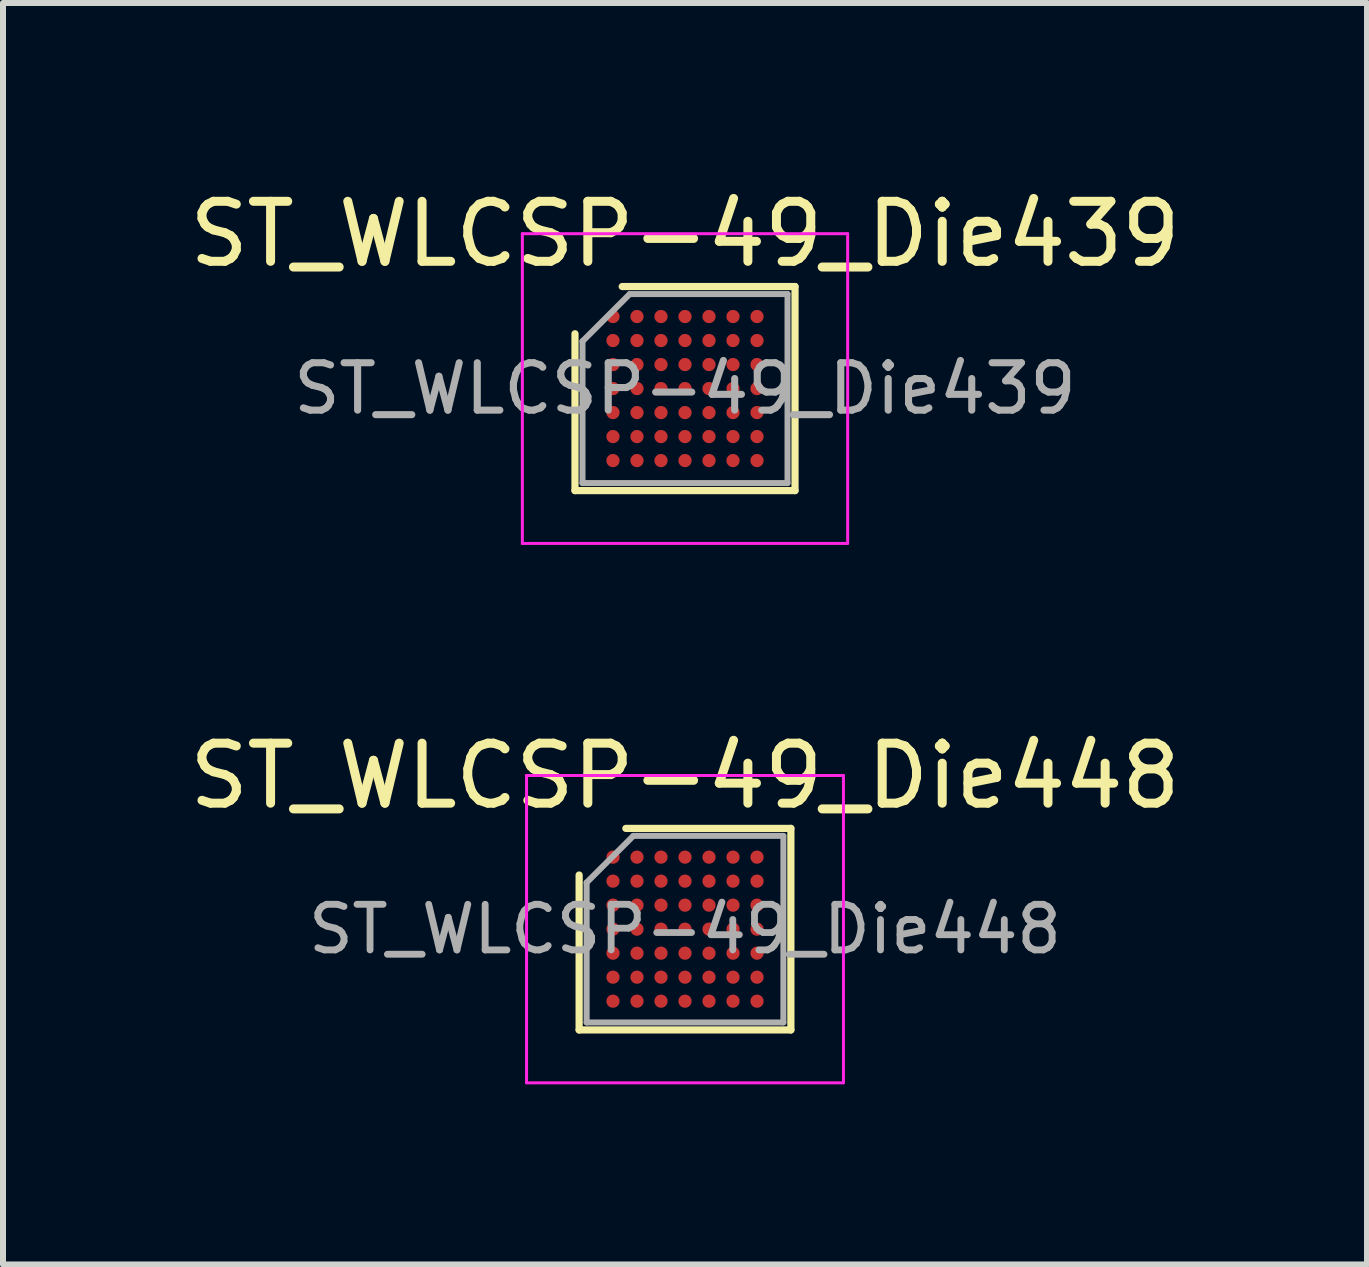
<source format=kicad_pcb>
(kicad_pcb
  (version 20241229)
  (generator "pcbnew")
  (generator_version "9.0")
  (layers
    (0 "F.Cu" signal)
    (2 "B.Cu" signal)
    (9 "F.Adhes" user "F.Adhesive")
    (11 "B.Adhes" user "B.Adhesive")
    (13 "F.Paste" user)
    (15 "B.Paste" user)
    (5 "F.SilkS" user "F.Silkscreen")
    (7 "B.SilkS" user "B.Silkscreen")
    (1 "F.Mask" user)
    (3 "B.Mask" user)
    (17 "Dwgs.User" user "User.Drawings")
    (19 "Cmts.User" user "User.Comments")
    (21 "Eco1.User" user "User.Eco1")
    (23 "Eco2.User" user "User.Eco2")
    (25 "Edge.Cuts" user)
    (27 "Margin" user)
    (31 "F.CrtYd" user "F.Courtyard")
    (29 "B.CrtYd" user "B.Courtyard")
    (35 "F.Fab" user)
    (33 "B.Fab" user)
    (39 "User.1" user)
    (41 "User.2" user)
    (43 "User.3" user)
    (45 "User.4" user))
  (footprint "ST_WLCSP-49_Die448"
    (layer "F.Cu")
    (at 8.363 12.431)
    (property "Reference" "ST_WLCSP-49_Die448" (at 0 -2.554 0) (layer "F.SilkS") (effects (font (size 1 1) (thickness 0.15))))
    (attr smd)
    (fp_line (start -1.764 1.679) (end -1.764 -0.902) (stroke (width 0.12) (type solid)) (layer "F.SilkS"))
    (fp_line (start -0.986 -1.679) (end 1.764 -1.679) (stroke (width 0.12) (type solid)) (layer "F.SilkS"))
    (fp_line (start 1.764 -1.679) (end 1.764 1.679) (stroke (width 0.12) (type solid)) (layer "F.SilkS"))
    (fp_line (start 1.764 1.679) (end -1.764 1.679) (stroke (width 0.12) (type solid)) (layer "F.SilkS"))
    (fp_line (start -2.64 -2.56) (end -2.64 2.56) (stroke (width 0.05) (type solid)) (layer "F.CrtYd"))
    (fp_line (start -2.64 2.56) (end 2.64 2.56) (stroke (width 0.05) (type solid)) (layer "F.CrtYd"))
    (fp_line (start 2.64 -2.56) (end -2.64 -2.56) (stroke (width 0.05) (type solid)) (layer "F.CrtYd"))
    (fp_line (start 2.64 2.56) (end 2.64 -2.56) (stroke (width 0.05) (type solid)) (layer "F.CrtYd"))
    (fp_line (start -1.639 -0.777) (end -0.861 -1.554) (stroke (width 0.1) (type solid)) (layer "F.Fab"))
    (fp_line (start -1.639 1.554) (end -1.639 -0.777) (stroke (width 0.1) (type solid)) (layer "F.Fab"))
    (fp_line (start -0.861 -1.554) (end 1.639 -1.554) (stroke (width 0.1) (type solid)) (layer "F.Fab"))
    (fp_line (start 1.639 -1.554) (end 1.639 1.554) (stroke (width 0.1) (type solid)) (layer "F.Fab"))
    (fp_line (start 1.639 1.554) (end -1.639 1.554) (stroke (width 0.1) (type solid)) (layer "F.Fab"))
    (fp_text user "${REFERENCE}" (at 0 0 0) (layer "F.Fab") (effects (font (size 0.76 0.76) (thickness 0.114))))
    (pad "A1" smd circle (at -1.2 -1.2) (size 0.22 0.22) (layers "F.Cu" "F.Mask" "F.Paste"))
    (pad "A2" smd circle (at -0.8 -1.2) (size 0.22 0.22) (layers "F.Cu" "F.Mask" "F.Paste"))
    (pad "A3" smd circle (at -0.4 -1.2) (size 0.22 0.22) (layers "F.Cu" "F.Mask" "F.Paste"))
    (pad "A4" smd circle (at 0 -1.2) (size 0.22 0.22) (layers "F.Cu" "F.Mask" "F.Paste"))
    (pad "A5" smd circle (at 0.4 -1.2) (size 0.22 0.22) (layers "F.Cu" "F.Mask" "F.Paste"))
    (pad "A6" smd circle (at 0.8 -1.2) (size 0.22 0.22) (layers "F.Cu" "F.Mask" "F.Paste"))
    (pad "A7" smd circle (at 1.2 -1.2) (size 0.22 0.22) (layers "F.Cu" "F.Mask" "F.Paste"))
    (pad "B1" smd circle (at -1.2 -0.8) (size 0.22 0.22) (layers "F.Cu" "F.Mask" "F.Paste"))
    (pad "B2" smd circle (at -0.8 -0.8) (size 0.22 0.22) (layers "F.Cu" "F.Mask" "F.Paste"))
    (pad "B3" smd circle (at -0.4 -0.8) (size 0.22 0.22) (layers "F.Cu" "F.Mask" "F.Paste"))
    (pad "B4" smd circle (at 0 -0.8) (size 0.22 0.22) (layers "F.Cu" "F.Mask" "F.Paste"))
    (pad "B5" smd circle (at 0.4 -0.8) (size 0.22 0.22) (layers "F.Cu" "F.Mask" "F.Paste"))
    (pad "B6" smd circle (at 0.8 -0.8) (size 0.22 0.22) (layers "F.Cu" "F.Mask" "F.Paste"))
    (pad "B7" smd circle (at 1.2 -0.8) (size 0.22 0.22) (layers "F.Cu" "F.Mask" "F.Paste"))
    (pad "C1" smd circle (at -1.2 -0.4) (size 0.22 0.22) (layers "F.Cu" "F.Mask" "F.Paste"))
    (pad "C2" smd circle (at -0.8 -0.4) (size 0.22 0.22) (layers "F.Cu" "F.Mask" "F.Paste"))
    (pad "C3" smd circle (at -0.4 -0.4) (size 0.22 0.22) (layers "F.Cu" "F.Mask" "F.Paste"))
    (pad "C4" smd circle (at 0 -0.4) (size 0.22 0.22) (layers "F.Cu" "F.Mask" "F.Paste"))
    (pad "C5" smd circle (at 0.4 -0.4) (size 0.22 0.22) (layers "F.Cu" "F.Mask" "F.Paste"))
    (pad "C6" smd circle (at 0.8 -0.4) (size 0.22 0.22) (layers "F.Cu" "F.Mask" "F.Paste"))
    (pad "C7" smd circle (at 1.2 -0.4) (size 0.22 0.22) (layers "F.Cu" "F.Mask" "F.Paste"))
    (pad "D1" smd circle (at -1.2 0) (size 0.22 0.22) (layers "F.Cu" "F.Mask" "F.Paste"))
    (pad "D2" smd circle (at -0.8 0) (size 0.22 0.22) (layers "F.Cu" "F.Mask" "F.Paste"))
    (pad "D3" smd circle (at -0.4 0) (size 0.22 0.22) (layers "F.Cu" "F.Mask" "F.Paste"))
    (pad "D4" smd circle (at 0 0) (size 0.22 0.22) (layers "F.Cu" "F.Mask" "F.Paste"))
    (pad "D5" smd circle (at 0.4 0) (size 0.22 0.22) (layers "F.Cu" "F.Mask" "F.Paste"))
    (pad "D6" smd circle (at 0.8 0) (size 0.22 0.22) (layers "F.Cu" "F.Mask" "F.Paste"))
    (pad "D7" smd circle (at 1.2 0) (size 0.22 0.22) (layers "F.Cu" "F.Mask" "F.Paste"))
    (pad "E1" smd circle (at -1.2 0.4) (size 0.22 0.22) (layers "F.Cu" "F.Mask" "F.Paste"))
    (pad "E2" smd circle (at -0.8 0.4) (size 0.22 0.22) (layers "F.Cu" "F.Mask" "F.Paste"))
    (pad "E3" smd circle (at -0.4 0.4) (size 0.22 0.22) (layers "F.Cu" "F.Mask" "F.Paste"))
    (pad "E4" smd circle (at 0 0.4) (size 0.22 0.22) (layers "F.Cu" "F.Mask" "F.Paste"))
    (pad "E5" smd circle (at 0.4 0.4) (size 0.22 0.22) (layers "F.Cu" "F.Mask" "F.Paste"))
    (pad "E6" smd circle (at 0.8 0.4) (size 0.22 0.22) (layers "F.Cu" "F.Mask" "F.Paste"))
    (pad "E7" smd circle (at 1.2 0.4) (size 0.22 0.22) (layers "F.Cu" "F.Mask" "F.Paste"))
    (pad "F1" smd circle (at -1.2 0.8) (size 0.22 0.22) (layers "F.Cu" "F.Mask" "F.Paste"))
    (pad "F2" smd circle (at -0.8 0.8) (size 0.22 0.22) (layers "F.Cu" "F.Mask" "F.Paste"))
    (pad "F3" smd circle (at -0.4 0.8) (size 0.22 0.22) (layers "F.Cu" "F.Mask" "F.Paste"))
    (pad "F4" smd circle (at 0 0.8) (size 0.22 0.22) (layers "F.Cu" "F.Mask" "F.Paste"))
    (pad "F5" smd circle (at 0.4 0.8) (size 0.22 0.22) (layers "F.Cu" "F.Mask" "F.Paste"))
    (pad "F6" smd circle (at 0.8 0.8) (size 0.22 0.22) (layers "F.Cu" "F.Mask" "F.Paste"))
    (pad "F7" smd circle (at 1.2 0.8) (size 0.22 0.22) (layers "F.Cu" "F.Mask" "F.Paste"))
    (pad "G1" smd circle (at -1.2 1.2) (size 0.22 0.22) (layers "F.Cu" "F.Mask" "F.Paste"))
    (pad "G2" smd circle (at -0.8 1.2) (size 0.22 0.22) (layers "F.Cu" "F.Mask" "F.Paste"))
    (pad "G3" smd circle (at -0.4 1.2) (size 0.22 0.22) (layers "F.Cu" "F.Mask" "F.Paste"))
    (pad "G4" smd circle (at 0 1.2) (size 0.22 0.22) (layers "F.Cu" "F.Mask" "F.Paste"))
    (pad "G5" smd circle (at 0.4 1.2) (size 0.22 0.22) (layers "F.Cu" "F.Mask" "F.Paste"))
    (pad "G6" smd circle (at 0.8 1.2) (size 0.22 0.22) (layers "F.Cu" "F.Mask" "F.Paste"))
    (pad "G7" smd circle (at 1.2 1.2) (size 0.22 0.22) (layers "F.Cu" "F.Mask" "F.Paste")))
  (footprint "ST_WLCSP-49_Die439"
    (layer "F.Cu")
    (at 8.363 3.424)
    (property "Reference" "ST_WLCSP-49_Die439" (at 0 -2.575 0) (layer "F.SilkS") (effects (font (size 1 1) (thickness 0.15))))
    (attr smd)
    (fp_line (start -1.833 1.7) (end -1.833 -0.913) (stroke (width 0.12) (type solid)) (layer "F.SilkS"))
    (fp_line (start -1.046 -1.7) (end 1.833 -1.7) (stroke (width 0.12) (type solid)) (layer "F.SilkS"))
    (fp_line (start 1.833 -1.7) (end 1.833 1.7) (stroke (width 0.12) (type solid)) (layer "F.SilkS"))
    (fp_line (start 1.833 1.7) (end -1.833 1.7) (stroke (width 0.12) (type solid)) (layer "F.SilkS"))
    (fp_line (start -2.71 -2.58) (end -2.71 2.58) (stroke (width 0.05) (type solid)) (layer "F.CrtYd"))
    (fp_line (start -2.71 2.58) (end 2.71 2.58) (stroke (width 0.05) (type solid)) (layer "F.CrtYd"))
    (fp_line (start 2.71 -2.58) (end -2.71 -2.58) (stroke (width 0.05) (type solid)) (layer "F.CrtYd"))
    (fp_line (start 2.71 2.58) (end 2.71 -2.58) (stroke (width 0.05) (type solid)) (layer "F.CrtYd"))
    (fp_line (start -1.708 -0.788) (end -0.921 -1.575) (stroke (width 0.1) (type solid)) (layer "F.Fab"))
    (fp_line (start -1.708 1.575) (end -1.708 -0.788) (stroke (width 0.1) (type solid)) (layer "F.Fab"))
    (fp_line (start -0.921 -1.575) (end 1.708 -1.575) (stroke (width 0.1) (type solid)) (layer "F.Fab"))
    (fp_line (start 1.708 -1.575) (end 1.708 1.575) (stroke (width 0.1) (type solid)) (layer "F.Fab"))
    (fp_line (start 1.708 1.575) (end -1.708 1.575) (stroke (width 0.1) (type solid)) (layer "F.Fab"))
    (fp_text user "${REFERENCE}" (at 0 0 0) (layer "F.Fab") (effects (font (size 0.79 0.79) (thickness 0.118))))
    (pad "A1" smd circle (at -1.2 -1.2) (size 0.22 0.22) (layers "F.Cu" "F.Mask" "F.Paste"))
    (pad "A2" smd circle (at -0.8 -1.2) (size 0.22 0.22) (layers "F.Cu" "F.Mask" "F.Paste"))
    (pad "A3" smd circle (at -0.4 -1.2) (size 0.22 0.22) (layers "F.Cu" "F.Mask" "F.Paste"))
    (pad "A4" smd circle (at 0 -1.2) (size 0.22 0.22) (layers "F.Cu" "F.Mask" "F.Paste"))
    (pad "A5" smd circle (at 0.4 -1.2) (size 0.22 0.22) (layers "F.Cu" "F.Mask" "F.Paste"))
    (pad "A6" smd circle (at 0.8 -1.2) (size 0.22 0.22) (layers "F.Cu" "F.Mask" "F.Paste"))
    (pad "A7" smd circle (at 1.2 -1.2) (size 0.22 0.22) (layers "F.Cu" "F.Mask" "F.Paste"))
    (pad "B1" smd circle (at -1.2 -0.8) (size 0.22 0.22) (layers "F.Cu" "F.Mask" "F.Paste"))
    (pad "B2" smd circle (at -0.8 -0.8) (size 0.22 0.22) (layers "F.Cu" "F.Mask" "F.Paste"))
    (pad "B3" smd circle (at -0.4 -0.8) (size 0.22 0.22) (layers "F.Cu" "F.Mask" "F.Paste"))
    (pad "B4" smd circle (at 0 -0.8) (size 0.22 0.22) (layers "F.Cu" "F.Mask" "F.Paste"))
    (pad "B5" smd circle (at 0.4 -0.8) (size 0.22 0.22) (layers "F.Cu" "F.Mask" "F.Paste"))
    (pad "B6" smd circle (at 0.8 -0.8) (size 0.22 0.22) (layers "F.Cu" "F.Mask" "F.Paste"))
    (pad "B7" smd circle (at 1.2 -0.8) (size 0.22 0.22) (layers "F.Cu" "F.Mask" "F.Paste"))
    (pad "C1" smd circle (at -1.2 -0.4) (size 0.22 0.22) (layers "F.Cu" "F.Mask" "F.Paste"))
    (pad "C2" smd circle (at -0.8 -0.4) (size 0.22 0.22) (layers "F.Cu" "F.Mask" "F.Paste"))
    (pad "C3" smd circle (at -0.4 -0.4) (size 0.22 0.22) (layers "F.Cu" "F.Mask" "F.Paste"))
    (pad "C4" smd circle (at 0 -0.4) (size 0.22 0.22) (layers "F.Cu" "F.Mask" "F.Paste"))
    (pad "C5" smd circle (at 0.4 -0.4) (size 0.22 0.22) (layers "F.Cu" "F.Mask" "F.Paste"))
    (pad "C6" smd circle (at 0.8 -0.4) (size 0.22 0.22) (layers "F.Cu" "F.Mask" "F.Paste"))
    (pad "C7" smd circle (at 1.2 -0.4) (size 0.22 0.22) (layers "F.Cu" "F.Mask" "F.Paste"))
    (pad "D1" smd circle (at -1.2 0) (size 0.22 0.22) (layers "F.Cu" "F.Mask" "F.Paste"))
    (pad "D2" smd circle (at -0.8 0) (size 0.22 0.22) (layers "F.Cu" "F.Mask" "F.Paste"))
    (pad "D3" smd circle (at -0.4 0) (size 0.22 0.22) (layers "F.Cu" "F.Mask" "F.Paste"))
    (pad "D4" smd circle (at 0 0) (size 0.22 0.22) (layers "F.Cu" "F.Mask" "F.Paste"))
    (pad "D5" smd circle (at 0.4 0) (size 0.22 0.22) (layers "F.Cu" "F.Mask" "F.Paste"))
    (pad "D6" smd circle (at 0.8 0) (size 0.22 0.22) (layers "F.Cu" "F.Mask" "F.Paste"))
    (pad "D7" smd circle (at 1.2 0) (size 0.22 0.22) (layers "F.Cu" "F.Mask" "F.Paste"))
    (pad "E1" smd circle (at -1.2 0.4) (size 0.22 0.22) (layers "F.Cu" "F.Mask" "F.Paste"))
    (pad "E2" smd circle (at -0.8 0.4) (size 0.22 0.22) (layers "F.Cu" "F.Mask" "F.Paste"))
    (pad "E3" smd circle (at -0.4 0.4) (size 0.22 0.22) (layers "F.Cu" "F.Mask" "F.Paste"))
    (pad "E4" smd circle (at 0 0.4) (size 0.22 0.22) (layers "F.Cu" "F.Mask" "F.Paste"))
    (pad "E5" smd circle (at 0.4 0.4) (size 0.22 0.22) (layers "F.Cu" "F.Mask" "F.Paste"))
    (pad "E6" smd circle (at 0.8 0.4) (size 0.22 0.22) (layers "F.Cu" "F.Mask" "F.Paste"))
    (pad "E7" smd circle (at 1.2 0.4) (size 0.22 0.22) (layers "F.Cu" "F.Mask" "F.Paste"))
    (pad "F1" smd circle (at -1.2 0.8) (size 0.22 0.22) (layers "F.Cu" "F.Mask" "F.Paste"))
    (pad "F2" smd circle (at -0.8 0.8) (size 0.22 0.22) (layers "F.Cu" "F.Mask" "F.Paste"))
    (pad "F3" smd circle (at -0.4 0.8) (size 0.22 0.22) (layers "F.Cu" "F.Mask" "F.Paste"))
    (pad "F4" smd circle (at 0 0.8) (size 0.22 0.22) (layers "F.Cu" "F.Mask" "F.Paste"))
    (pad "F5" smd circle (at 0.4 0.8) (size 0.22 0.22) (layers "F.Cu" "F.Mask" "F.Paste"))
    (pad "F6" smd circle (at 0.8 0.8) (size 0.22 0.22) (layers "F.Cu" "F.Mask" "F.Paste"))
    (pad "F7" smd circle (at 1.2 0.8) (size 0.22 0.22) (layers "F.Cu" "F.Mask" "F.Paste"))
    (pad "G1" smd circle (at -1.2 1.2) (size 0.22 0.22) (layers "F.Cu" "F.Mask" "F.Paste"))
    (pad "G2" smd circle (at -0.8 1.2) (size 0.22 0.22) (layers "F.Cu" "F.Mask" "F.Paste"))
    (pad "G3" smd circle (at -0.4 1.2) (size 0.22 0.22) (layers "F.Cu" "F.Mask" "F.Paste"))
    (pad "G4" smd circle (at 0 1.2) (size 0.22 0.22) (layers "F.Cu" "F.Mask" "F.Paste"))
    (pad "G5" smd circle (at 0.4 1.2) (size 0.22 0.22) (layers "F.Cu" "F.Mask" "F.Paste"))
    (pad "G6" smd circle (at 0.8 1.2) (size 0.22 0.22) (layers "F.Cu" "F.Mask" "F.Paste"))
    (pad "G7" smd circle (at 1.2 1.2) (size 0.22 0.22) (layers "F.Cu" "F.Mask" "F.Paste")))
  (gr_rect
    (start -3 -3)
    (end 19.726 18.017)
    (stroke (width 0.1) (type default))
    (fill no)
    (layer "Edge.Cuts")))
</source>
